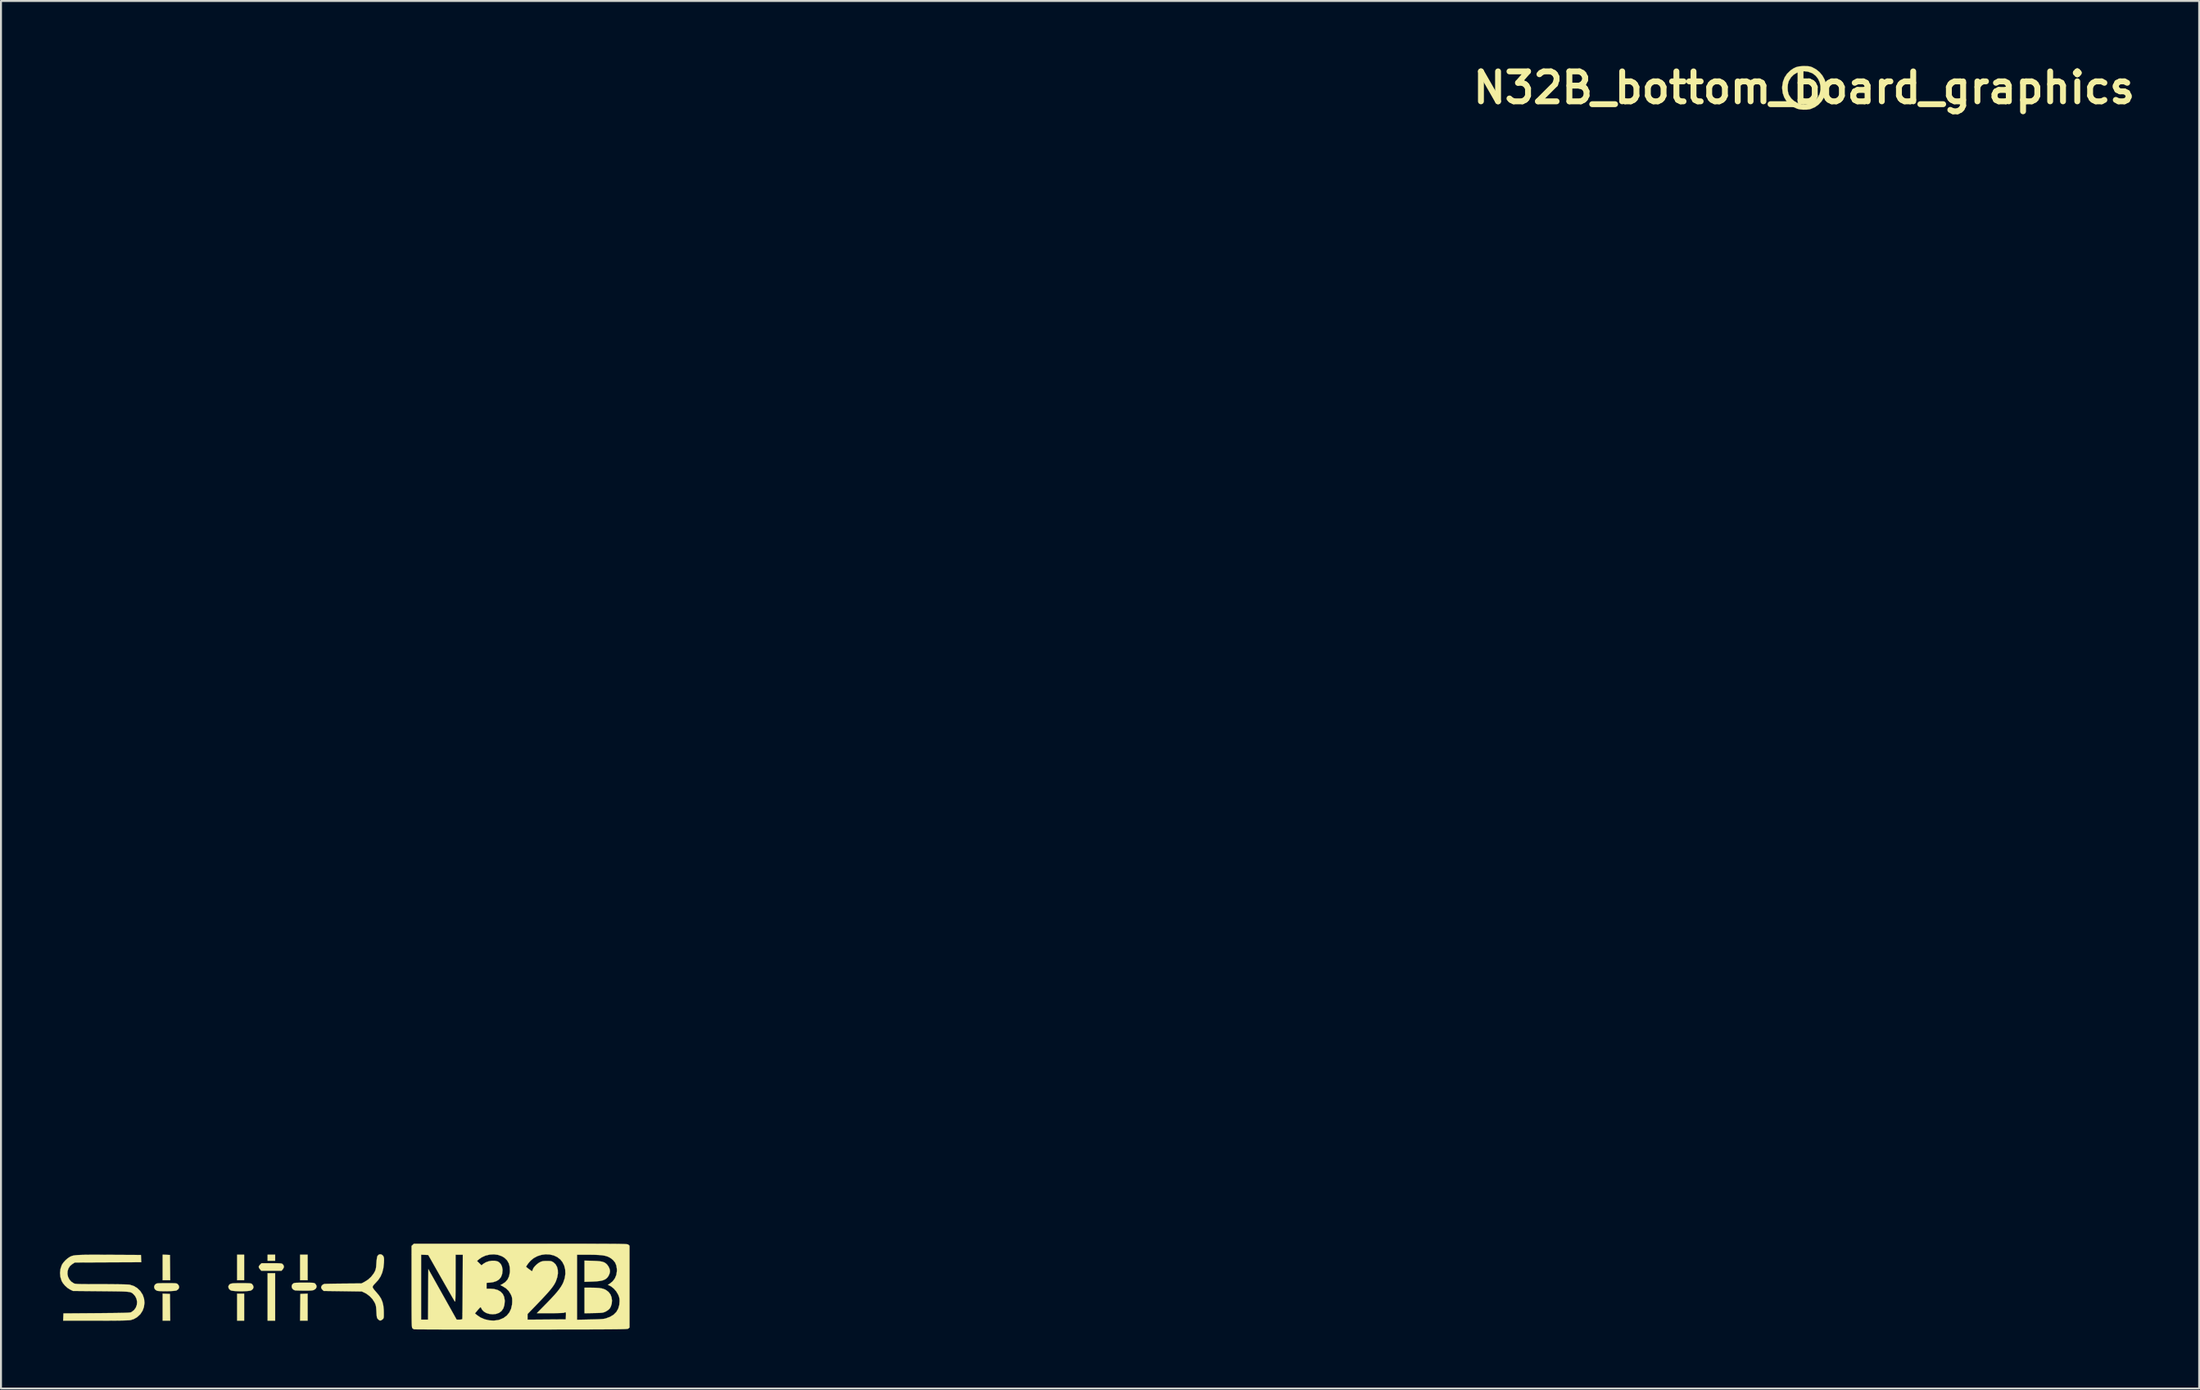
<source format=kicad_pcb>
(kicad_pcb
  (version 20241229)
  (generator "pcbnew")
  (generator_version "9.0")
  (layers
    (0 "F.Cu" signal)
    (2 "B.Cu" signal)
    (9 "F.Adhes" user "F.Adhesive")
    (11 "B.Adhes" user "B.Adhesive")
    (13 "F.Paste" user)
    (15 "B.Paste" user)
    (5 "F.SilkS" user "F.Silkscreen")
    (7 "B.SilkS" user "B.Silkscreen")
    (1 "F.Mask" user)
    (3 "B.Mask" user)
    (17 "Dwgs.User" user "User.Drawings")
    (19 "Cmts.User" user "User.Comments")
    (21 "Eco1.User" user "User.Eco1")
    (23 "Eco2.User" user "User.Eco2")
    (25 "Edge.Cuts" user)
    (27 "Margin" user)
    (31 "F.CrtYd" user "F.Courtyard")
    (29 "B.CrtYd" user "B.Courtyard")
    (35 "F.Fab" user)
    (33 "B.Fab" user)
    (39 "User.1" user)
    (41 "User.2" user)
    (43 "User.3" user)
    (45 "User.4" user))
  (footprint "N32B_bottom_board_graphics"
    (layer "F.Cu")
    (at 88.722 1.418)
    (property "Reference" "N32B_bottom_board_graphics" (at 0 0 0) (layer "F.SilkS") (effects (font (size 1.524 1.524) (thickness 0.3))))
    (attr through_hole)
    (fp_poly (pts (xy -79.353 60.69) (xy -79.709 60.69) (xy -79.709 59.394) (xy -79.353 59.394) (xy -79.353 60.69)) (stroke (width 0.01) (type solid)) (fill yes) (layer "F.SilkS"))
    (fp_poly (pts (xy -79.353 62.75) (xy -79.709 62.75) (xy -79.709 61.377) (xy -79.353 61.377) (xy -79.353 62.75)) (stroke (width 0.01) (type solid)) (fill yes) (layer "F.SilkS"))
    (fp_poly (pts (xy -77.776 59.699) (xy -78.158 59.699) (xy -78.158 59.394) (xy -77.776 59.394) (xy -77.776 59.699)) (stroke (width 0.01) (type solid)) (fill yes) (layer "F.SilkS"))
    (fp_poly (pts (xy -77.776 62.75) (xy -78.158 62.75) (xy -78.158 60.335) (xy -77.776 60.335) (xy -77.776 62.75)) (stroke (width 0.01) (type solid)) (fill yes) (layer "F.SilkS"))
    (fp_poly (pts (xy -76.124 60.69) (xy -76.505 60.69) (xy -76.505 59.394) (xy -76.124 59.394) (xy -76.124 60.69)) (stroke (width 0.01) (type solid)) (fill yes) (layer "F.SilkS"))
    (fp_poly (pts (xy -83.313 59.399) (xy -83.128 59.407) (xy -83.115 60.69) (xy -83.497 60.69) (xy -83.497 59.392) (xy -83.313 59.399)) (stroke (width 0.01) (type solid)) (fill yes) (layer "F.SilkS"))
    (fp_poly (pts (xy -83.313 61.382) (xy -83.128 61.39) (xy -83.122 62.07) (xy -83.115 62.75) (xy -83.497 62.75) (xy -83.497 61.375) (xy -83.313 61.382)) (stroke (width 0.01) (type solid)) (fill yes) (layer "F.SilkS"))
    (fp_poly (pts (xy -76.124 62.75) (xy -76.506 62.75) (xy -76.499 62.07) (xy -76.492 61.39) (xy -76.308 61.382) (xy -76.124 61.375) (xy -76.124 62.75)) (stroke (width 0.01) (type solid)) (fill yes) (layer "F.SilkS"))
    (fp_poly (pts (xy -77.783 59.826) (xy -77.651 59.828) (xy -77.555 59.832) (xy -77.488 59.838) (xy -77.444 59.847) (xy -77.414 59.859) (xy -77.399 59.871) (xy -77.34 59.946) (xy -77.331 60.028) (xy -77.373 60.115) (xy -77.383 60.127) (xy -77.45 60.207) (xy -78.484 60.207) (xy -78.55 60.129) (xy -78.6 60.057) (xy -78.61 59.998) (xy -78.576 59.939) (xy -78.541 59.9) (xy -78.467 59.826) (xy -77.959 59.826) (xy -77.783 59.826)) (stroke (width 0.01) (type solid)) (fill yes) (layer "F.SilkS"))
    (fp_poly (pts (xy -61.625 59.705) (xy -61.427 59.713) (xy -61.272 59.726) (xy -61.151 59.746) (xy -61.057 59.775) (xy -60.982 59.815) (xy -60.916 59.869) (xy -60.884 59.902) (xy -60.812 60.005) (xy -60.761 60.122) (xy -60.742 60.231) (xy -60.742 60.233) (xy -60.759 60.336) (xy -60.804 60.448) (xy -60.867 60.545) (xy -60.871 60.55) (xy -60.942 60.616) (xy -61.027 60.667) (xy -61.134 60.705) (xy -61.271 60.732) (xy -61.444 60.75) (xy -61.638 60.76) (xy -62.038 60.774) (xy -62.038 59.694) (xy -61.625 59.705)) (stroke (width 0.01) (type solid)) (fill yes) (layer "F.SilkS"))
    (fp_poly (pts (xy -61.478 61.076) (xy -61.299 61.088) (xy -61.154 61.111) (xy -61.035 61.147) (xy -60.935 61.198) (xy -60.845 61.266) (xy -60.81 61.297) (xy -60.72 61.416) (xy -60.663 61.563) (xy -60.641 61.723) (xy -60.654 61.886) (xy -60.702 62.039) (xy -60.76 62.136) (xy -60.823 62.197) (xy -60.911 62.259) (xy -60.967 62.289) (xy -61.021 62.313) (xy -61.071 62.33) (xy -61.128 62.343) (xy -61.199 62.351) (xy -61.294 62.357) (xy -61.422 62.361) (xy -61.574 62.364) (xy -62.038 62.373) (xy -62.038 61.072) (xy -61.699 61.072) (xy -61.478 61.076)) (stroke (width 0.01) (type solid)) (fill yes) (layer "F.SilkS"))
    (fp_poly (pts (xy -79.327 60.843) (xy -79.197 60.845) (xy -79.104 60.848) (xy -79.04 60.854) (xy -78.997 60.862) (xy -78.969 60.875) (xy -78.949 60.891) (xy -78.947 60.893) (xy -78.889 60.979) (xy -78.879 61.067) (xy -78.915 61.145) (xy -78.995 61.207) (xy -79.011 61.214) (xy -79.077 61.23) (xy -79.181 61.241) (xy -79.312 61.249) (xy -79.459 61.252) (xy -79.61 61.251) (xy -79.754 61.246) (xy -79.88 61.237) (xy -79.978 61.224) (xy -80.031 61.209) (xy -80.104 61.153) (xy -80.148 61.08) (xy -80.154 61.004) (xy -80.143 60.974) (xy -80.117 60.931) (xy -80.087 60.899) (xy -80.045 60.876) (xy -79.984 60.86) (xy -79.897 60.85) (xy -79.778 60.845) (xy -79.619 60.843) (xy -79.5 60.843) (xy -79.327 60.843)) (stroke (width 0.01) (type solid)) (fill yes) (layer "F.SilkS"))
    (fp_poly (pts (xy -83.118 60.843) (xy -82.989 60.844) (xy -82.896 60.847) (xy -82.831 60.852) (xy -82.788 60.86) (xy -82.759 60.873) (xy -82.736 60.89) (xy -82.72 60.905) (xy -82.668 60.987) (xy -82.663 61.07) (xy -82.702 61.147) (xy -82.784 61.207) (xy -82.799 61.214) (xy -82.854 61.226) (xy -82.948 61.236) (xy -83.071 61.243) (xy -83.211 61.248) (xy -83.357 61.25) (xy -83.499 61.249) (xy -83.624 61.245) (xy -83.723 61.238) (xy -83.784 61.228) (xy -83.789 61.226) (xy -83.874 61.17) (xy -83.922 61.095) (xy -83.931 61.012) (xy -83.897 60.932) (xy -83.868 60.902) (xy -83.842 60.882) (xy -83.815 60.867) (xy -83.778 60.856) (xy -83.725 60.85) (xy -83.646 60.846) (xy -83.535 60.844) (xy -83.385 60.843) (xy -83.291 60.843) (xy -83.118 60.843)) (stroke (width 0.01) (type solid)) (fill yes) (layer "F.SilkS"))
    (fp_poly (pts (xy -76.125 60.818) (xy -75.996 60.819) (xy -75.903 60.821) (xy -75.839 60.827) (xy -75.796 60.835) (xy -75.767 60.847) (xy -75.744 60.865) (xy -75.728 60.88) (xy -75.676 60.961) (xy -75.671 61.045) (xy -75.71 61.121) (xy -75.792 61.181) (xy -75.807 61.188) (xy -75.86 61.203) (xy -75.94 61.214) (xy -76.054 61.22) (xy -76.207 61.222) (xy -76.307 61.221) (xy -76.451 61.22) (xy -76.579 61.217) (xy -76.683 61.213) (xy -76.751 61.209) (xy -76.772 61.206) (xy -76.857 61.165) (xy -76.913 61.098) (xy -76.936 61.017) (xy -76.922 60.936) (xy -76.87 60.87) (xy -76.844 60.852) (xy -76.814 60.839) (xy -76.772 60.829) (xy -76.71 60.823) (xy -76.621 60.82) (xy -76.497 60.818) (xy -76.332 60.818) (xy -76.297 60.818) (xy -76.125 60.818)) (stroke (width 0.01) (type solid)) (fill yes) (layer "F.SilkS"))
    (fp_poly (pts (xy 0.137 -1.102) (xy 0.239 -1.094) (xy 0.322 -1.077) (xy 0.402 -1.05) (xy 0.407 -1.048) (xy 0.608 -0.941) (xy 0.788 -0.794) (xy 0.936 -0.615) (xy 1.046 -0.414) (xy 1.048 -0.407) (xy 1.075 -0.33) (xy 1.093 -0.251) (xy 1.102 -0.156) (xy 1.105 -0.028) (xy 1.105 0.013) (xy 1.105 0.138) (xy 1.101 0.228) (xy 1.089 0.298) (xy 1.069 0.363) (xy 1.035 0.439) (xy 1.014 0.483) (xy 0.891 0.685) (xy 0.735 0.853) (xy 0.551 0.985) (xy 0.346 1.073) (xy 0.277 1.092) (xy 0.124 1.113) (xy -0.049 1.114) (xy -0.218 1.097) (xy -0.337 1.069) (xy -0.555 0.974) (xy -0.743 0.842) (xy -0.896 0.676) (xy -1.011 0.484) (xy -1.085 0.269) (xy -1.114 0.036) (xy -1.114 -0.007) (xy -0.838 -0.007) (xy -0.828 0.156) (xy -0.796 0.302) (xy -0.766 0.376) (xy -0.652 0.545) (xy -0.506 0.679) (xy -0.336 0.775) (xy -0.149 0.831) (xy 0.048 0.845) (xy 0.248 0.814) (xy 0.396 0.759) (xy 0.513 0.684) (xy 0.627 0.575) (xy 0.725 0.449) (xy 0.79 0.322) (xy 0.796 0.306) (xy 0.837 0.105) (xy 0.835 -0.094) (xy 0.793 -0.283) (xy 0.713 -0.456) (xy 0.599 -0.604) (xy 0.452 -0.72) (xy 0.398 -0.749) (xy 0.202 -0.82) (xy 0.006 -0.844) (xy -0.186 -0.825) (xy -0.366 -0.766) (xy -0.527 -0.668) (xy -0.662 -0.534) (xy -0.765 -0.367) (xy -0.79 -0.309) (xy -0.825 -0.168) (xy -0.838 -0.007) (xy -1.114 -0.007) (xy -1.113 -0.061) (xy -1.075 -0.302) (xy -0.993 -0.519) (xy -0.867 -0.711) (xy -0.697 -0.877) (xy -0.673 -0.896) (xy -0.535 -0.989) (xy -0.399 -1.052) (xy -0.252 -1.088) (xy -0.077 -1.103) (xy 0 -1.104) (xy 0.137 -1.102)) (stroke (width 0.01) (type solid)) (fill yes) (layer "F.SilkS"))
    (fp_poly (pts (xy -72.364 59.384) (xy -72.295 59.437) (xy -72.268 59.477) (xy -72.249 59.526) (xy -72.238 59.585) (xy -72.236 59.668) (xy -72.241 59.787) (xy -72.242 59.813) (xy -72.272 60.077) (xy -72.328 60.304) (xy -72.414 60.503) (xy -72.533 60.682) (xy -72.672 60.834) (xy -72.763 60.931) (xy -72.81 61.004) (xy -72.818 61.037) (xy -72.798 61.092) (xy -72.738 61.178) (xy -72.64 61.291) (xy -72.498 61.459) (xy -72.392 61.622) (xy -72.319 61.792) (xy -72.274 61.981) (xy -72.252 62.2) (xy -72.249 62.326) (xy -72.248 62.454) (xy -72.25 62.541) (xy -72.256 62.598) (xy -72.269 62.635) (xy -72.289 62.663) (xy -72.318 62.688) (xy -72.389 62.737) (xy -72.448 62.743) (xy -72.51 62.705) (xy -72.536 62.68) (xy -72.566 62.648) (xy -72.586 62.614) (xy -72.6 62.569) (xy -72.61 62.501) (xy -72.617 62.401) (xy -72.623 62.292) (xy -72.632 62.154) (xy -72.641 62.054) (xy -72.655 61.978) (xy -72.676 61.912) (xy -72.706 61.844) (xy -72.72 61.816) (xy -72.826 61.652) (xy -72.968 61.502) (xy -73.129 61.38) (xy -73.219 61.332) (xy -73.365 61.264) (xy -74.336 61.25) (xy -75.306 61.237) (xy -75.372 61.175) (xy -75.417 61.117) (xy -75.437 61.059) (xy -75.437 61.055) (xy -75.415 60.984) (xy -75.358 60.921) (xy -75.283 60.884) (xy -75.279 60.883) (xy -75.241 60.88) (xy -75.158 60.876) (xy -75.037 60.873) (xy -74.883 60.87) (xy -74.703 60.867) (xy -74.503 60.865) (xy -74.304 60.863) (xy -73.387 60.856) (xy -73.216 60.768) (xy -73.05 60.662) (xy -72.896 60.521) (xy -72.769 60.36) (xy -72.707 60.253) (xy -72.676 60.181) (xy -72.654 60.105) (xy -72.639 60.013) (xy -72.629 59.889) (xy -72.625 59.826) (xy -72.615 59.698) (xy -72.601 59.585) (xy -72.585 59.501) (xy -72.573 59.464) (xy -72.516 59.398) (xy -72.442 59.371) (xy -72.364 59.384)) (stroke (width 0.01) (type solid)) (fill yes) (layer "F.SilkS"))
    (fp_poly (pts (xy -86.703 59.397) (xy -86.379 59.398) (xy -86.205 59.399) (xy -84.603 59.407) (xy -84.596 59.59) (xy -84.588 59.774) (xy -86.276 59.781) (xy -87.963 59.788) (xy -88.088 59.865) (xy -88.209 59.966) (xy -88.291 60.091) (xy -88.334 60.231) (xy -88.341 60.377) (xy -88.31 60.522) (xy -88.243 60.655) (xy -88.141 60.77) (xy -88.012 60.853) (xy -87.988 60.862) (xy -87.955 60.87) (xy -87.908 60.876) (xy -87.843 60.882) (xy -87.757 60.886) (xy -87.644 60.889) (xy -87.501 60.891) (xy -87.322 60.892) (xy -87.105 60.893) (xy -86.845 60.894) (xy -86.618 60.894) (xy -86.354 60.894) (xy -86.105 60.896) (xy -85.874 60.898) (xy -85.667 60.901) (xy -85.49 60.904) (xy -85.347 60.908) (xy -85.244 60.913) (xy -85.185 60.918) (xy -85.181 60.918) (xy -84.976 60.982) (xy -84.795 61.089) (xy -84.641 61.237) (xy -84.521 61.42) (xy -84.505 61.452) (xy -84.442 61.643) (xy -84.424 61.845) (xy -84.449 62.046) (xy -84.516 62.236) (xy -84.623 62.405) (xy -84.642 62.427) (xy -84.796 62.57) (xy -84.968 62.67) (xy -85.135 62.722) (xy -85.198 62.729) (xy -85.31 62.734) (xy -85.47 62.739) (xy -85.678 62.743) (xy -85.932 62.746) (xy -86.231 62.748) (xy -86.574 62.75) (xy -86.923 62.75) (xy -88.559 62.75) (xy -88.552 62.566) (xy -88.544 62.381) (xy -86.853 62.369) (xy -86.515 62.366) (xy -86.225 62.363) (xy -85.977 62.361) (xy -85.77 62.358) (xy -85.598 62.355) (xy -85.459 62.352) (xy -85.348 62.348) (xy -85.263 62.344) (xy -85.198 62.339) (xy -85.151 62.333) (xy -85.118 62.326) (xy -85.095 62.318) (xy -85.086 62.314) (xy -84.957 62.216) (xy -84.865 62.091) (xy -84.812 61.949) (xy -84.798 61.798) (xy -84.825 61.647) (xy -84.893 61.506) (xy -84.975 61.41) (xy -85.007 61.38) (xy -85.037 61.354) (xy -85.07 61.332) (xy -85.108 61.314) (xy -85.156 61.299) (xy -85.22 61.287) (xy -85.302 61.278) (xy -85.406 61.271) (xy -85.538 61.265) (xy -85.701 61.261) (xy -85.9 61.258) (xy -86.138 61.255) (xy -86.421 61.252) (xy -86.637 61.25) (xy -88.061 61.237) (xy -88.204 61.167) (xy -88.337 61.083) (xy -88.464 60.968) (xy -88.571 60.839) (xy -88.636 60.727) (xy -88.698 60.53) (xy -88.717 60.322) (xy -88.695 60.116) (xy -88.632 59.926) (xy -88.622 59.905) (xy -88.55 59.797) (xy -88.449 59.684) (xy -88.333 59.581) (xy -88.219 59.505) (xy -88.21 59.5) (xy -88.166 59.479) (xy -88.12 59.461) (xy -88.069 59.445) (xy -88.008 59.432) (xy -87.933 59.422) (xy -87.841 59.413) (xy -87.728 59.407) (xy -87.59 59.402) (xy -87.422 59.399) (xy -87.221 59.397) (xy -86.983 59.397) (xy -86.703 59.397)) (stroke (width 0.01) (type solid)) (fill yes) (layer "F.SilkS"))
    (fp_poly (pts (xy -64.671 58.834) (xy -64.101 58.834) (xy -63.579 58.835) (xy -63.101 58.835) (xy -62.665 58.835) (xy -62.271 58.835) (xy -61.915 58.836) (xy -61.596 58.836) (xy -61.311 58.837) (xy -61.059 58.838) (xy -60.837 58.839) (xy -60.644 58.84) (xy -60.478 58.841) (xy -60.336 58.843) (xy -60.216 58.845) (xy -60.117 58.848) (xy -60.036 58.85) (xy -59.972 58.853) (xy -59.922 58.856) (xy -59.884 58.86) (xy -59.856 58.864) (xy -59.837 58.869) (xy -59.823 58.873) (xy -59.814 58.879) (xy -59.807 58.884) (xy -59.805 58.886) (xy -59.75 58.938) (xy -59.75 63.098) (xy -59.803 63.146) (xy -59.81 63.152) (xy -59.82 63.157) (xy -59.835 63.162) (xy -59.857 63.166) (xy -59.887 63.17) (xy -59.928 63.174) (xy -59.983 63.177) (xy -60.052 63.18) (xy -60.139 63.182) (xy -60.244 63.185) (xy -60.371 63.187) (xy -60.52 63.188) (xy -60.695 63.19) (xy -60.897 63.191) (xy -61.128 63.193) (xy -61.391 63.194) (xy -61.687 63.195) (xy -62.018 63.196) (xy -62.386 63.196) (xy -62.794 63.197) (xy -63.243 63.197) (xy -63.736 63.198) (xy -64.274 63.198) (xy -64.86 63.199) (xy -65.263 63.199) (xy -65.784 63.2) (xy -66.292 63.2) (xy -66.784 63.2) (xy -67.258 63.2) (xy -67.712 63.2) (xy -68.143 63.2) (xy -68.549 63.199) (xy -68.927 63.199) (xy -69.276 63.198) (xy -69.592 63.197) (xy -69.874 63.196) (xy -70.119 63.195) (xy -70.325 63.194) (xy -70.489 63.193) (xy -70.609 63.192) (xy -70.683 63.191) (xy -70.708 63.19) (xy -70.758 63.162) (xy -70.791 63.137) (xy -70.799 63.127) (xy -70.806 63.112) (xy -70.812 63.087) (xy -70.817 63.05) (xy -70.821 62.997) (xy -70.825 62.925) (xy -70.828 62.83) (xy -70.83 62.71) (xy -70.83 62.699) (xy -70.352 62.699) (xy -69.997 62.699) (xy -69.99 61.414) (xy -69.983 60.128) (xy -68.542 62.699) (xy -68.404 62.699) (xy -68.312 62.693) (xy -68.261 62.676) (xy -68.254 62.667) (xy -68.252 62.637) (xy -68.25 62.56) (xy -68.247 62.441) (xy -68.247 62.38) (xy -67.612 62.38) (xy -67.514 62.463) (xy -67.328 62.59) (xy -67.115 62.681) (xy -66.886 62.734) (xy -66.653 62.748) (xy -66.426 62.719) (xy -66.376 62.705) (xy -62.419 62.705) (xy -61.765 62.692) (xy -61.539 62.687) (xy -61.358 62.681) (xy -61.215 62.673) (xy -61.105 62.664) (xy -61.022 62.652) (xy -60.963 62.639) (xy -60.74 62.557) (xy -60.559 62.448) (xy -60.421 62.311) (xy -60.325 62.145) (xy -60.269 61.949) (xy -60.254 61.753) (xy -60.259 61.637) (xy -60.281 61.538) (xy -60.324 61.429) (xy -60.331 61.415) (xy -60.424 61.259) (xy -60.545 61.119) (xy -60.681 61.01) (xy -60.742 60.976) (xy -60.845 60.925) (xy -60.756 60.87) (xy -60.604 60.747) (xy -60.491 60.594) (xy -60.418 60.415) (xy -60.389 60.216) (xy -60.391 60.122) (xy -60.419 59.943) (xy -60.479 59.797) (xy -60.576 59.675) (xy -60.601 59.652) (xy -60.689 59.581) (xy -60.781 59.524) (xy -60.882 59.48) (xy -61 59.446) (xy -61.14 59.422) (xy -61.311 59.407) (xy -61.517 59.398) (xy -61.766 59.394) (xy -61.828 59.394) (xy -62.419 59.394) (xy -62.419 62.705) (xy -66.376 62.705) (xy -66.355 62.699) (xy -66.156 62.614) (xy -65.992 62.492) (xy -65.864 62.337) (xy -65.775 62.15) (xy -65.725 61.934) (xy -65.715 61.781) (xy -65.717 61.667) (xy -65.725 61.583) (xy -65.745 61.51) (xy -65.781 61.428) (xy -65.797 61.394) (xy -65.897 61.235) (xy -66.029 61.106) (xy -66.201 60.999) (xy -66.204 60.997) (xy -66.315 60.941) (xy -66.217 60.889) (xy -66.064 60.786) (xy -65.951 60.655) (xy -65.876 60.495) (xy -65.837 60.3) (xy -65.832 60.233) (xy -65.841 60.017) (xy -65.844 60.004) (xy -65.009 60.004) (xy -65.008 60.015) (xy -64.986 60.033) (xy -64.934 60.073) (xy -64.865 60.127) (xy -64.864 60.127) (xy -64.793 60.18) (xy -64.737 60.218) (xy -64.709 60.233) (xy -64.69 60.211) (xy -64.674 60.158) (xy -64.673 60.157) (xy -64.64 60.08) (xy -64.572 59.99) (xy -64.483 59.9) (xy -64.382 59.82) (xy -64.315 59.779) (xy -64.244 59.746) (xy -64.177 59.726) (xy -64.098 59.715) (xy -63.989 59.712) (xy -63.956 59.712) (xy -63.842 59.713) (xy -63.764 59.719) (xy -63.706 59.734) (xy -63.654 59.76) (xy -63.617 59.783) (xy -63.51 59.883) (xy -63.436 60.016) (xy -63.397 60.174) (xy -63.393 60.351) (xy -63.425 60.542) (xy -63.492 60.739) (xy -63.526 60.812) (xy -63.572 60.896) (xy -63.631 60.987) (xy -63.704 61.087) (xy -63.797 61.202) (xy -63.912 61.335) (xy -64.053 61.49) (xy -64.223 61.672) (xy -64.426 61.884) (xy -64.443 61.902) (xy -64.937 62.414) (xy -64.937 62.7) (xy -63.964 62.693) (xy -62.991 62.686) (xy -62.984 62.502) (xy -62.982 62.404) (xy -62.987 62.347) (xy -63 62.322) (xy -63.014 62.318) (xy -63.058 62.333) (xy -63.068 62.343) (xy -63.098 62.351) (xy -63.176 62.358) (xy -63.299 62.363) (xy -63.463 62.367) (xy -63.666 62.368) (xy -63.773 62.369) (xy -64.462 62.369) (xy -63.955 61.854) (xy -63.749 61.64) (xy -63.578 61.455) (xy -63.437 61.293) (xy -63.324 61.15) (xy -63.234 61.02) (xy -63.163 60.899) (xy -63.119 60.809) (xy -63.044 60.586) (xy -63.011 60.364) (xy -63.021 60.148) (xy -63.071 59.946) (xy -63.163 59.765) (xy -63.27 59.634) (xy -63.426 59.512) (xy -63.607 59.428) (xy -63.807 59.382) (xy -64.016 59.372) (xy -64.226 59.4) (xy -64.43 59.464) (xy -64.619 59.564) (xy -64.768 59.685) (xy -64.827 59.747) (xy -64.889 59.821) (xy -64.944 59.896) (xy -64.987 59.96) (xy -65.009 60.004) (xy -65.844 60.004) (xy -65.889 59.833) (xy -65.978 59.678) (xy -66.108 59.551) (xy -66.243 59.47) (xy -66.437 59.401) (xy -66.647 59.374) (xy -66.863 59.387) (xy -67.074 59.438) (xy -67.268 59.526) (xy -67.414 59.629) (xy -67.508 59.712) (xy -67.28 59.934) (xy -67.183 59.856) (xy -67.056 59.78) (xy -66.908 59.727) (xy -66.752 59.701) (xy -66.601 59.702) (xy -66.467 59.732) (xy -66.389 59.773) (xy -66.297 59.868) (xy -66.236 59.997) (xy -66.209 60.151) (xy -66.209 60.182) (xy -66.227 60.369) (xy -66.283 60.524) (xy -66.378 60.645) (xy -66.512 60.733) (xy -66.685 60.79) (xy -66.837 60.811) (xy -67.021 60.825) (xy -67.021 61.123) (xy -66.857 61.123) (xy -66.637 61.14) (xy -66.453 61.191) (xy -66.306 61.275) (xy -66.197 61.391) (xy -66.127 61.538) (xy -66.097 61.715) (xy -66.096 61.757) (xy -66.115 61.959) (xy -66.169 62.126) (xy -66.259 62.257) (xy -66.383 62.351) (xy -66.54 62.407) (xy -66.714 62.424) (xy -66.88 62.407) (xy -67.03 62.361) (xy -67.155 62.289) (xy -67.245 62.197) (xy -67.275 62.141) (xy -67.302 62.088) (xy -67.326 62.064) (xy -67.327 62.063) (xy -67.352 62.082) (xy -67.399 62.13) (xy -67.461 62.199) (xy -67.48 62.222) (xy -67.612 62.38) (xy -68.247 62.38) (xy -68.245 62.285) (xy -68.243 62.095) (xy -68.241 61.876) (xy -68.239 61.632) (xy -68.237 61.368) (xy -68.236 61.088) (xy -68.236 61.015) (xy -68.229 59.394) (xy -68.413 59.394) (xy -68.598 59.394) (xy -68.599 60.608) (xy -68.6 60.887) (xy -68.6 61.12) (xy -68.601 61.31) (xy -68.603 61.461) (xy -68.605 61.577) (xy -68.608 61.662) (xy -68.612 61.721) (xy -68.617 61.756) (xy -68.623 61.773) (xy -68.631 61.774) (xy -68.64 61.765) (xy -68.644 61.76) (xy -68.664 61.727) (xy -68.707 61.653) (xy -68.771 61.544) (xy -68.851 61.404) (xy -68.947 61.238) (xy -69.054 61.049) (xy -69.172 60.843) (xy -69.297 60.623) (xy -69.337 60.552) (xy -69.987 59.407) (xy -70.17 59.399) (xy -70.352 59.392) (xy -70.352 62.699) (xy -70.83 62.699) (xy -70.832 62.56) (xy -70.833 62.378) (xy -70.834 62.161) (xy -70.835 61.904) (xy -70.835 61.606) (xy -70.835 61.261) (xy -70.835 61.022) (xy -70.835 58.945) (xy -70.776 58.89) (xy -70.718 58.834) (xy -65.289 58.834) (xy -64.671 58.834)) (stroke (width 0.01) (type solid)) (fill yes) (layer "F.SilkS")))
  (gr_rect
    (start -3 -3)
    (end 108.82 67.623)
    (stroke (width 0.1) (type default))
    (fill no)
    (layer "Edge.Cuts")))
</source>
